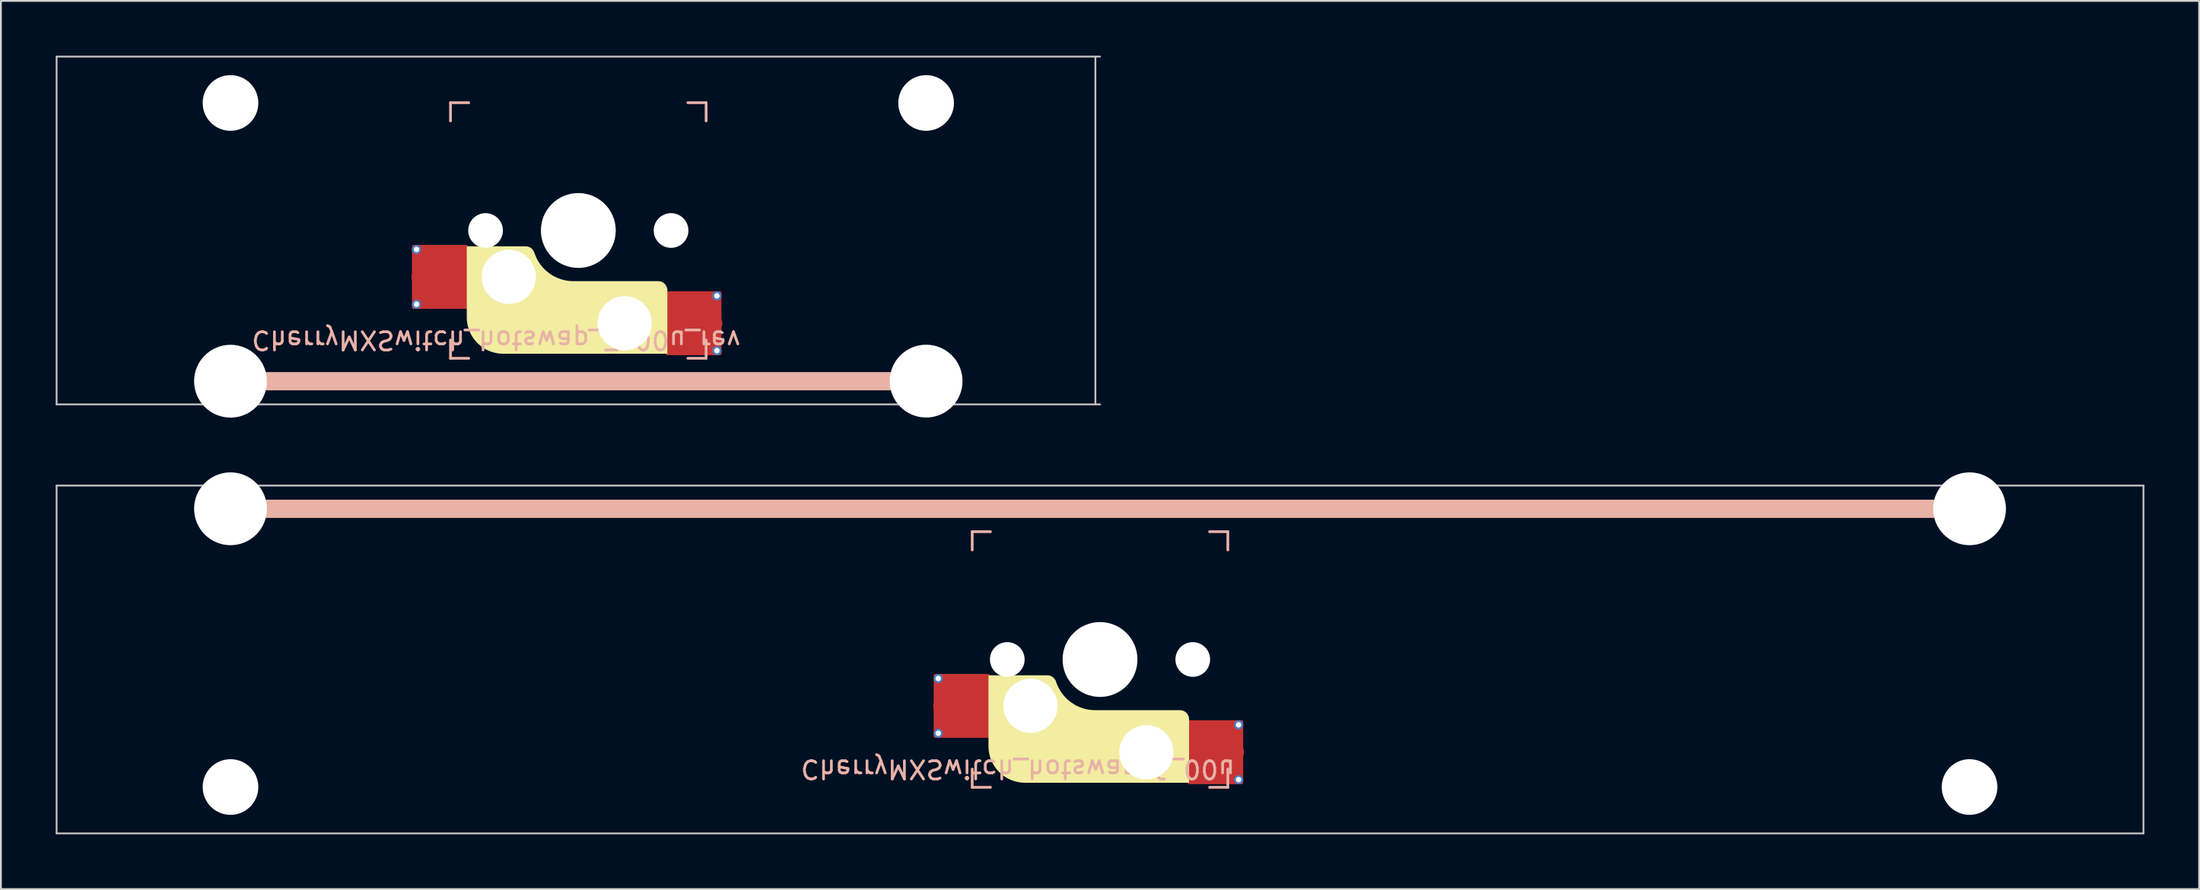
<source format=kicad_pcb>
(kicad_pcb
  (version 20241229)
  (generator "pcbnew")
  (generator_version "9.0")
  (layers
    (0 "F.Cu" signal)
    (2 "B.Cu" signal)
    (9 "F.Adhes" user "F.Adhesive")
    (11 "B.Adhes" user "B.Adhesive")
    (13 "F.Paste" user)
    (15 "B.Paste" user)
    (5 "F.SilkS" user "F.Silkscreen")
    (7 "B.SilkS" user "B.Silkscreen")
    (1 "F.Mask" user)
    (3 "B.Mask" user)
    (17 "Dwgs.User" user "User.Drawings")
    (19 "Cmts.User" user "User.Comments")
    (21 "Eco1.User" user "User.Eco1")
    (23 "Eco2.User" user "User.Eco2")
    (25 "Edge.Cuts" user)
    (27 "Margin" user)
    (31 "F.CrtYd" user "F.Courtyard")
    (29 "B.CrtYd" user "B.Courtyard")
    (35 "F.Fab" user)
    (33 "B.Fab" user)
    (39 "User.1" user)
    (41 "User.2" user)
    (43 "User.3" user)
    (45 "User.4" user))
  (footprint "CherryMXSwitch_hotswap_6_00u"
    (layer "F.Cu")
    (at 57.2 33.073)
    (property "Reference" "CherryMXSwitch_hotswap_6_00u" (at -4.5 6 180) (unlocked yes) (layer "B.SilkS") (effects (font (size 1 1) (thickness 0.15)) (justify mirror)))
    (attr smd)
    (fp_poly (pts (xy 4.877 3.276) (xy 4.876 3.252) (xy 4.875 3.227) (xy 4.872 3.203) (xy 4.867 3.178) (xy 4.862 3.154) (xy 4.855 3.131) (xy 4.848 3.108) (xy 4.839 3.085) (xy 4.829 3.063) (xy 4.818 3.041) (xy 4.806 3.02) (xy 4.793 2.999) (xy 4.779 2.979) (xy 4.764 2.959) (xy 4.748 2.941) (xy 4.731 2.923) (xy 4.713 2.906) (xy 4.694 2.89) (xy 4.675 2.874) (xy 4.654 2.86) (xy 4.634 2.847) (xy 4.612 2.835) (xy 4.591 2.824) (xy 4.568 2.814) (xy 4.546 2.806) (xy 4.522 2.798) (xy 4.499 2.791) (xy 4.475 2.786) (xy 4.451 2.782) (xy 4.426 2.779) (xy 4.402 2.777) (xy 4.377 2.776) (xy -0.266 2.776) (xy -0.442 2.769) (xy -0.615 2.749) (xy -0.784 2.716) (xy -0.95 2.67) (xy -1.11 2.612) (xy -1.265 2.542) (xy -1.414 2.461) (xy -1.556 2.369) (xy -1.691 2.267) (xy -1.818 2.155) (xy -1.937 2.033) (xy -2.046 1.902) (xy -2.146 1.763) (xy -2.235 1.615) (xy -2.313 1.459) (xy -2.38 1.296) (xy -2.417 1.195) (xy -2.424 1.176) (xy -2.432 1.158) (xy -2.44 1.141) (xy -2.449 1.124) (xy -2.459 1.107) (xy -2.469 1.091) (xy -2.48 1.075) (xy -2.491 1.06) (xy -2.503 1.045) (xy -2.515 1.031) (xy -2.528 1.017) (xy -2.542 1.004) (xy -2.556 0.991) (xy -2.57 0.979) (xy -2.585 0.967) (xy -2.6 0.956) (xy -2.615 0.945) (xy -2.631 0.936) (xy -2.648 0.926) (xy -2.665 0.918) (xy -2.682 0.91) (xy -2.699 0.902) (xy -2.717 0.895) (xy -2.735 0.889) (xy -2.753 0.884) (xy -2.771 0.879) (xy -2.79 0.875) (xy -2.809 0.872) (xy -2.828 0.869) (xy -2.848 0.867) (xy -2.867 0.866) (xy -2.887 0.866) (xy -6.11 0.866) (xy -6.11 4.75) (xy -6.107 4.853) (xy -6.1 4.954) (xy -6.087 5.055) (xy -6.069 5.153) (xy -6.047 5.25) (xy -6.02 5.345) (xy -5.989 5.438) (xy -5.953 5.528) (xy -5.913 5.617) (xy -5.869 5.703) (xy -5.82 5.787) (xy -5.768 5.868) (xy -5.713 5.947) (xy -5.653 6.022) (xy -5.59 6.095) (xy -5.524 6.164) (xy -5.455 6.23) (xy -5.382 6.293) (xy -5.307 6.353) (xy -5.228 6.408) (xy -5.147 6.46) (xy -5.063 6.509) (xy -4.977 6.553) (xy -4.888 6.593) (xy -4.798 6.629) (xy -4.705 6.66) (xy -4.61 6.687) (xy -4.513 6.709) (xy -4.415 6.727) (xy -4.314 6.74) (xy -4.213 6.747) (xy -4.11 6.75) (xy 4.877 6.75)) (stroke (width 0) (type solid)) (fill yes) (layer "F.SilkS"))
    (fp_line (start -7 -7) (end -6 -7) (stroke (width 0.15) (type solid)) (layer "B.SilkS"))
    (fp_line (start -7 -6) (end -7 -7) (stroke (width 0.15) (type solid)) (layer "B.SilkS"))
    (fp_line (start -7 6) (end -7 7) (stroke (width 0.15) (type solid)) (layer "B.SilkS"))
    (fp_line (start -7 7) (end -6 7) (stroke (width 0.15) (type solid)) (layer "B.SilkS"))
    (fp_line (start 6 -7) (end 7 -7) (stroke (width 0.15) (type solid)) (layer "B.SilkS"))
    (fp_line (start 7 -7) (end 7 -6) (stroke (width 0.15) (type solid)) (layer "B.SilkS"))
    (fp_line (start 7 7) (end 6 7) (stroke (width 0.15) (type solid)) (layer "B.SilkS"))
    (fp_line (start 7 7) (end 7 6) (stroke (width 0.15) (type solid)) (layer "B.SilkS"))
    (fp_line (start 47.625 -8.255) (end -47.625 -8.255) (stroke (width 1) (type solid)) (layer "B.SilkS"))
    (fp_line (start -57.15 -9.525) (end -57.15 9.525) (stroke (width 0.1) (type solid)) (layer "Dwgs.User"))
    (fp_line (start -57.15 9.525) (end 57.15 9.525) (stroke (width 0.1) (type solid)) (layer "Dwgs.User"))
    (fp_line (start 57.15 -9.525) (end -57.15 -9.525) (stroke (width 0.1) (type solid)) (layer "Dwgs.User"))
    (fp_line (start 57.15 9.525) (end 57.15 -9.525) (stroke (width 0.1) (type solid)) (layer "Dwgs.User"))
    (fp_line (start -7 -7) (end 7 -7) (stroke (width 0.1) (type solid)) (layer "Eco1.User"))
    (fp_line (start -7 7) (end -7 -7) (stroke (width 0.1) (type solid)) (layer "Eco1.User"))
    (fp_line (start 7 -7) (end 7 7) (stroke (width 0.1) (type solid)) (layer "Eco1.User"))
    (fp_line (start 7 7) (end -7 7) (stroke (width 0.1) (type solid)) (layer "Eco1.User"))
    (fp_rect (start 1.75 -3.25) (end -1.75 -6.35) (stroke (width 0.1) (type solid)) (fill no) (layer "Eco1.User"))
    (fp_line (start 0 0) (end 0 -4.8) (stroke (width 0.1) (type solid)) (layer "Eco2.User"))
    (fp_line (start 0 0) (end 8.262 0) (stroke (width 0.1) (type solid)) (layer "Eco2.User"))
    (pad "" np_thru_hole circle (at -47.625 -8.255 180) (size 3.988 3.988) (drill 3.988) (layers "*.Cu" "*.Mask"))
    (pad "" np_thru_hole circle (at -47.625 6.985 180) (size 3.048 3.048) (drill 3.048) (layers "*.Cu" "*.Mask"))
    (pad "" np_thru_hole circle (at -5.08 0) (size 1.9 1.9) (drill 1.9) (layers "*.Cu" "*.Mask"))
    (pad "" np_thru_hole circle (at -3.81 2.54) (size 3 3) (drill 2.97) (layers "*.Cu" "*.Mask"))
    (pad "" np_thru_hole circle (at 0 0 270) (size 4.1 4.1) (drill 4.1) (layers "*.Cu" "*.Mask"))
    (pad "" np_thru_hole circle (at 2.54 5.08) (size 3 3) (drill 2.97) (layers "*.Cu" "*.Mask"))
    (pad "" np_thru_hole circle (at 5.08 0) (size 1.9 1.9) (drill 1.9) (layers "*.Cu" "*.Mask"))
    (pad "" np_thru_hole circle (at 47.625 -8.255 180) (size 3.988 3.988) (drill 3.988) (layers "*.Cu" "*.Mask"))
    (pad "" np_thru_hole circle (at 47.625 6.985 180) (size 3.048 3.048) (drill 3.048) (layers "*.Cu" "*.Mask"))
    (pad "1" thru_hole circle (at -8.86 1.04) (size 0.5 0.5) (drill 0.3) (layers "*.Cu" "B.Mask"))
    (pad "1" thru_hole circle (at -8.86 4.04) (size 0.5 0.5) (drill 0.3) (layers "*.Cu" "B.Mask"))
    (pad "1" smd circle (at -8.635 2.54 180) (size 1 1) (layers "F.Cu" "F.Mask" "F.Paste"))
    (pad "1" smd roundrect (at -7.585 2.54 180) (size 3.05 3.5) (layers "F.Cu") (roundrect_rratio 0.029))
    (pad "1" smd roundrect (at -7.385 2.54 180) (size 2.55 2.5) (layers "F.Cu" "F.Mask" "F.Paste") (roundrect_rratio 0.1))
    (pad "2" smd roundrect (at 6.115 5.08) (size 2.55 2.5) (layers "F.Cu" "F.Mask" "F.Paste") (roundrect_rratio 0.1))
    (pad "2" smd roundrect (at 6.315 5.08) (size 3.05 3.5) (layers "F.Cu") (roundrect_rratio 0.029))
    (pad "2" smd circle (at 7.39 5.08 180) (size 1 1) (layers "F.Cu" "F.Mask" "F.Paste"))
    (pad "2" thru_hole circle (at 7.59 3.58 180) (size 0.5 0.5) (drill 0.3) (layers "*.Cu" "B.Mask"))
    (pad "2" thru_hole circle (at 7.59 6.58 180) (size 0.5 0.5) (drill 0.3) (layers "*.Cu" "B.Mask")))
  (footprint "CherryMXSwitch_hotswap_3_00u_rev"
    (layer "F.Cu")
    (at 28.625 9.575)
    (property "Reference" "CherryMXSwitch_hotswap_3_00u_rev" (at -4.5 6 180) (unlocked yes) (layer "B.SilkS") (effects (font (size 1 1) (thickness 0.15)) (justify mirror)))
    (attr smd)
    (fp_poly (pts (xy 4.877 3.276) (xy 4.876 3.252) (xy 4.875 3.227) (xy 4.872 3.203) (xy 4.867 3.178) (xy 4.862 3.154) (xy 4.855 3.131) (xy 4.848 3.108) (xy 4.839 3.085) (xy 4.829 3.063) (xy 4.818 3.041) (xy 4.806 3.02) (xy 4.793 2.999) (xy 4.779 2.979) (xy 4.764 2.959) (xy 4.748 2.941) (xy 4.731 2.923) (xy 4.713 2.906) (xy 4.694 2.89) (xy 4.675 2.874) (xy 4.654 2.86) (xy 4.634 2.847) (xy 4.612 2.835) (xy 4.591 2.824) (xy 4.568 2.814) (xy 4.546 2.806) (xy 4.522 2.798) (xy 4.499 2.791) (xy 4.475 2.786) (xy 4.451 2.782) (xy 4.426 2.779) (xy 4.402 2.777) (xy 4.377 2.776) (xy -0.266 2.776) (xy -0.442 2.769) (xy -0.615 2.749) (xy -0.784 2.716) (xy -0.95 2.67) (xy -1.11 2.612) (xy -1.265 2.542) (xy -1.414 2.461) (xy -1.556 2.369) (xy -1.691 2.267) (xy -1.818 2.155) (xy -1.937 2.033) (xy -2.046 1.902) (xy -2.146 1.763) (xy -2.235 1.615) (xy -2.313 1.459) (xy -2.38 1.296) (xy -2.417 1.195) (xy -2.424 1.176) (xy -2.432 1.158) (xy -2.44 1.141) (xy -2.449 1.124) (xy -2.459 1.107) (xy -2.469 1.091) (xy -2.48 1.075) (xy -2.491 1.06) (xy -2.503 1.045) (xy -2.515 1.031) (xy -2.528 1.017) (xy -2.542 1.004) (xy -2.556 0.991) (xy -2.57 0.979) (xy -2.585 0.967) (xy -2.6 0.956) (xy -2.615 0.945) (xy -2.631 0.936) (xy -2.648 0.926) (xy -2.665 0.918) (xy -2.682 0.91) (xy -2.699 0.902) (xy -2.717 0.895) (xy -2.735 0.889) (xy -2.753 0.884) (xy -2.771 0.879) (xy -2.79 0.875) (xy -2.809 0.872) (xy -2.828 0.869) (xy -2.848 0.867) (xy -2.867 0.866) (xy -2.887 0.866) (xy -6.11 0.866) (xy -6.11 4.75) (xy -6.107 4.853) (xy -6.1 4.954) (xy -6.087 5.055) (xy -6.069 5.153) (xy -6.047 5.25) (xy -6.02 5.345) (xy -5.989 5.438) (xy -5.953 5.528) (xy -5.913 5.617) (xy -5.869 5.703) (xy -5.82 5.787) (xy -5.768 5.868) (xy -5.713 5.947) (xy -5.653 6.022) (xy -5.59 6.095) (xy -5.524 6.164) (xy -5.455 6.23) (xy -5.382 6.293) (xy -5.307 6.353) (xy -5.228 6.408) (xy -5.147 6.46) (xy -5.063 6.509) (xy -4.977 6.553) (xy -4.888 6.593) (xy -4.798 6.629) (xy -4.705 6.66) (xy -4.61 6.687) (xy -4.513 6.709) (xy -4.415 6.727) (xy -4.314 6.74) (xy -4.213 6.747) (xy -4.11 6.75) (xy 4.877 6.75)) (stroke (width 0) (type solid)) (fill yes) (layer "F.SilkS"))
    (fp_line (start -19 8.255) (end 19 8.255) (stroke (width 1) (type solid)) (layer "B.SilkS"))
    (fp_line (start -7 -7) (end -6 -7) (stroke (width 0.15) (type solid)) (layer "B.SilkS"))
    (fp_line (start -7 -6) (end -7 -7) (stroke (width 0.15) (type solid)) (layer "B.SilkS"))
    (fp_line (start -7 6) (end -7 7) (stroke (width 0.15) (type solid)) (layer "B.SilkS"))
    (fp_line (start -7 7) (end -6 7) (stroke (width 0.15) (type solid)) (layer "B.SilkS"))
    (fp_line (start 6 -7) (end 7 -7) (stroke (width 0.15) (type solid)) (layer "B.SilkS"))
    (fp_line (start 7 -7) (end 7 -6) (stroke (width 0.15) (type solid)) (layer "B.SilkS"))
    (fp_line (start 7 7) (end 6 7) (stroke (width 0.15) (type solid)) (layer "B.SilkS"))
    (fp_line (start 7 7) (end 7 6) (stroke (width 0.15) (type solid)) (layer "B.SilkS"))
    (fp_line (start -28.575 -9.525) (end -28.575 9.525) (stroke (width 0.1) (type solid)) (layer "Dwgs.User"))
    (fp_line (start -28.575 9.525) (end 28.575 9.525) (stroke (width 0.1) (type solid)) (layer "Dwgs.User"))
    (fp_line (start 28.321 9.525) (end 28.321 -9.525) (stroke (width 0.1) (type solid)) (layer "Dwgs.User"))
    (fp_line (start 28.575 -9.525) (end -28.575 -9.525) (stroke (width 0.1) (type solid)) (layer "Dwgs.User"))
    (fp_line (start -7 -7) (end 7 -7) (stroke (width 0.1) (type solid)) (layer "Eco1.User"))
    (fp_line (start -7 7) (end -7 -7) (stroke (width 0.1) (type solid)) (layer "Eco1.User"))
    (fp_line (start 7 -7) (end 7 7) (stroke (width 0.1) (type solid)) (layer "Eco1.User"))
    (fp_line (start 7 7) (end -7 7) (stroke (width 0.1) (type solid)) (layer "Eco1.User"))
    (fp_rect (start 1.75 -3.25) (end -1.75 -6.35) (stroke (width 0.1) (type solid)) (fill no) (layer "Eco1.User"))
    (fp_line (start 0 0) (end 0 -4.8) (stroke (width 0.1) (type solid)) (layer "Eco2.User"))
    (fp_line (start 0 0) (end 8.262 0) (stroke (width 0.1) (type solid)) (layer "Eco2.User"))
    (pad "" np_thru_hole circle (at -19.05 -6.985) (size 3.048 3.048) (drill 3.048) (layers "*.Cu" "*.Mask"))
    (pad "" np_thru_hole circle (at -19.05 8.255) (size 3.988 3.988) (drill 3.988) (layers "*.Cu" "*.Mask"))
    (pad "" np_thru_hole circle (at -5.08 0) (size 1.9 1.9) (drill 1.9) (layers "*.Cu" "*.Mask"))
    (pad "" np_thru_hole circle (at -3.81 2.54) (size 3 3) (drill 2.97) (layers "*.Cu" "*.Mask"))
    (pad "" np_thru_hole circle (at 0 0 270) (size 4.1 4.1) (drill 4.1) (layers "*.Cu" "*.Mask"))
    (pad "" np_thru_hole circle (at 2.54 5.08) (size 3 3) (drill 2.97) (layers "*.Cu" "*.Mask"))
    (pad "" np_thru_hole circle (at 5.08 0) (size 1.9 1.9) (drill 1.9) (layers "*.Cu" "*.Mask"))
    (pad "" np_thru_hole circle (at 19.05 -6.985) (size 3.048 3.048) (drill 3.048) (layers "*.Cu" "*.Mask"))
    (pad "" np_thru_hole circle (at 19.05 8.25) (size 3.988 3.988) (drill 3.988) (layers "*.Cu" "*.Mask"))
    (pad "1" thru_hole circle (at -8.86 1.04) (size 0.5 0.5) (drill 0.3) (layers "*.Cu" "B.Mask"))
    (pad "1" thru_hole circle (at -8.86 4.04) (size 0.5 0.5) (drill 0.3) (layers "*.Cu" "B.Mask"))
    (pad "1" smd circle (at -8.635 2.54 180) (size 1 1) (layers "F.Cu" "F.Mask" "F.Paste"))
    (pad "1" smd roundrect (at -7.585 2.54 180) (size 3.05 3.5) (layers "F.Cu") (roundrect_rratio 0.029))
    (pad "1" smd roundrect (at -7.385 2.54 180) (size 2.55 2.5) (layers "F.Cu" "F.Mask" "F.Paste") (roundrect_rratio 0.1))
    (pad "2" smd roundrect (at 6.115 5.08) (size 2.55 2.5) (layers "F.Cu" "F.Mask" "F.Paste") (roundrect_rratio 0.1))
    (pad "2" smd roundrect (at 6.315 5.08) (size 3.05 3.5) (layers "F.Cu") (roundrect_rratio 0.029))
    (pad "2" smd circle (at 7.39 5.08 180) (size 1 1) (layers "F.Cu" "F.Mask" "F.Paste"))
    (pad "2" thru_hole circle (at 7.59 3.58 180) (size 0.5 0.5) (drill 0.3) (layers "*.Cu" "B.Mask"))
    (pad "2" thru_hole circle (at 7.59 6.58 180) (size 0.5 0.5) (drill 0.3) (layers "*.Cu" "B.Mask")))
  (gr_rect
    (start -3 -3)
    (end 117.4 45.648)
    (stroke (width 0.1) (type default))
    (fill no)
    (layer "Edge.Cuts")))
</source>
